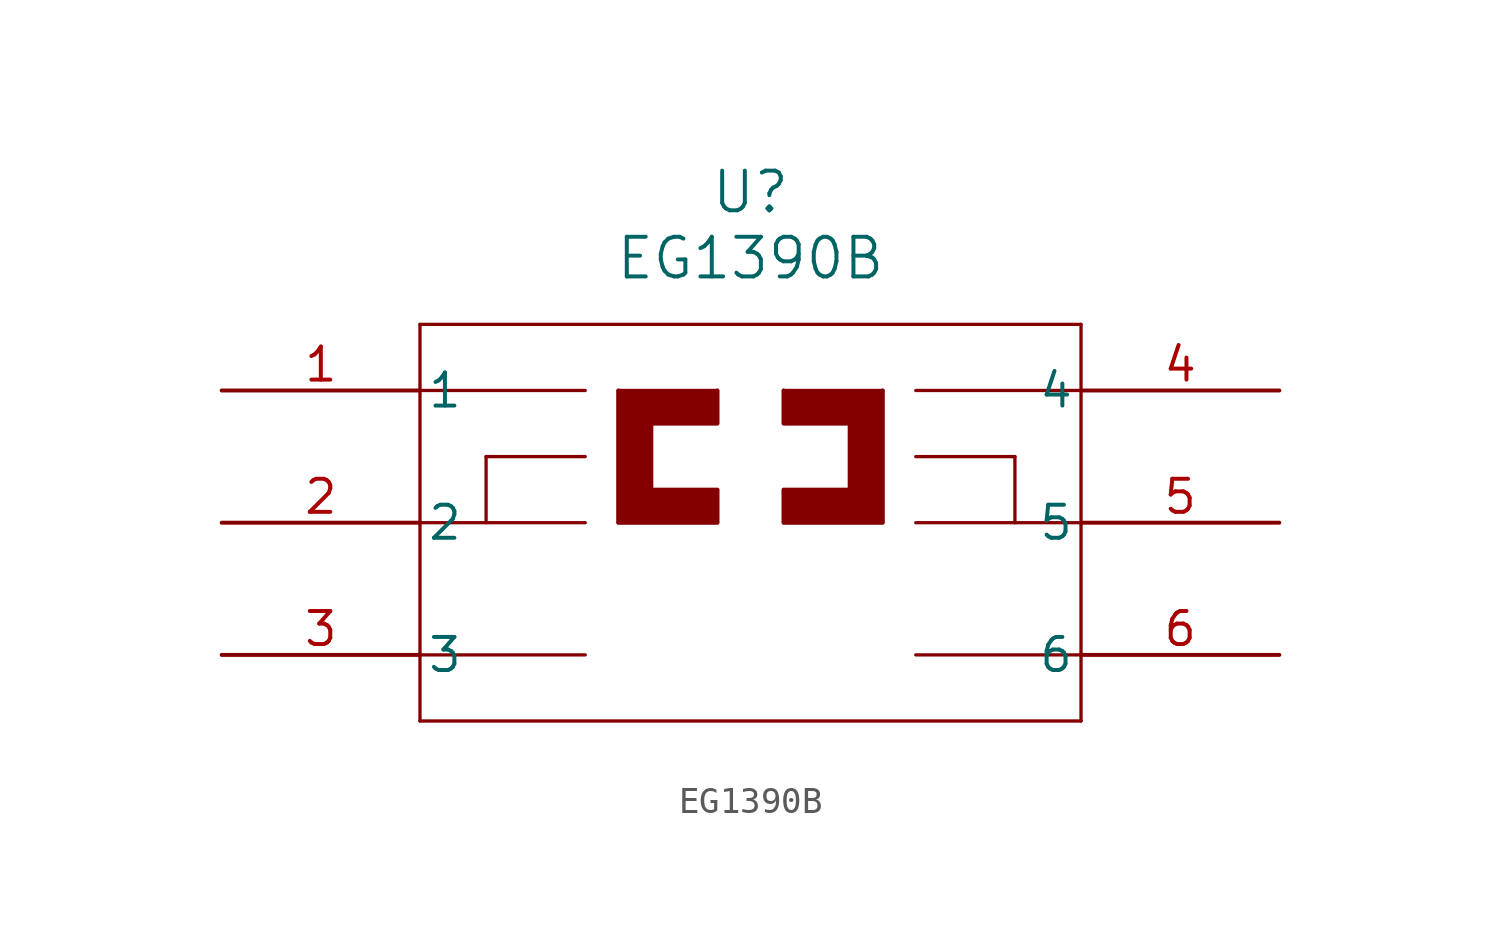
<source format=kicad_sym>
(kicad_symbol_lib
  (version 20211014)
  (generator kicad_symbol_editor)
  (symbol "EG1390B"
    (pin_names
      (offset 0.254))
    (property "Reference" "U"
      (at 20.32 7.62 0)
      (effects (font (size 1.524 1.524))))
    (property "Value" "EG1390B"
      (at 20.32 5.08 0)
      (effects (font (size 1.524 1.524))))
    (symbol "EG1390B_0_1"
      (polyline (pts (xy 7.62 2.54) (xy 7.62 -12.7)) (stroke (width 0.127) (type default) (color 0 0 0 0)) (fill (type none)))
      (polyline (pts (xy 7.62 -12.7) (xy 33.02 -12.7)) (stroke (width 0.127) (type default) (color 0 0 0 0)) (fill (type none)))
      (polyline (pts (xy 33.02 -12.7) (xy 33.02 2.54)) (stroke (width 0.127) (type default) (color 0 0 0 0)) (fill (type none)))
      (polyline (pts (xy 33.02 2.54) (xy 7.62 2.54)) (stroke (width 0.127) (type default) (color 0 0 0 0)) (fill (type none)))
      (polyline (pts (xy 7.62 -10.16) (xy 13.97 -10.16)) (stroke (width 0.127) (type default) (color 0 0 0 0)) (fill (type none)))
      (polyline (pts (xy 33.02 -10.16) (xy 26.67 -10.16)) (stroke (width 0.127) (type default) (color 0 0 0 0)) (fill (type none)))
      (polyline (pts (xy 7.62 -5.08) (xy 13.97 -5.08)) (stroke (width 0.127) (type default) (color 0 0 0 0)) (fill (type none)))
      (polyline (pts (xy 7.62 0) (xy 13.97 0)) (stroke (width 0.127) (type default) (color 0 0 0 0)) (fill (type none)))
      (polyline (pts (xy 26.67 0) (xy 33.02 0)) (stroke (width 0.127) (type default) (color 0 0 0 0)) (fill (type none)))
      (polyline (pts (xy 26.67 -5.08) (xy 33.02 -5.08)) (stroke (width 0.127) (type default) (color 0 0 0 0)) (fill (type none)))
      (polyline (pts (xy 19.05 0) (xy 15.24 0)) (stroke (width 0.127) (type default) (color 0 0 0 0)) (fill (type none)))
      (polyline (pts (xy 15.24 0) (xy 15.24 -5.08)) (stroke (width 0.127) (type default) (color 0 0 0 0)) (fill (type none)))
      (polyline (pts (xy 15.24 -5.08) (xy 19.05 -5.08)) (stroke (width 0.127) (type default) (color 0 0 0 0)) (fill (type none)))
      (polyline (pts (xy 21.59 0) (xy 25.4 0)) (stroke (width 0.127) (type default) (color 0 0 0 0)) (fill (type none)))
      (polyline (pts (xy 25.4 0) (xy 25.4 -5.08)) (stroke (width 0.127) (type default) (color 0 0 0 0)) (fill (type none)))
      (polyline (pts (xy 21.59 -5.08) (xy 25.4 -5.08)) (stroke (width 0.127) (type default) (color 0 0 0 0)) (fill (type none)))
      (polyline (pts (xy 21.59 -3.81) (xy 21.59 -5.08)) (stroke (width 0.127) (type default) (color 0 0 0 0)) (fill (type none)))
      (polyline (pts (xy 21.59 -3.81) (xy 24.13 -3.81)) (stroke (width 0.127) (type default) (color 0 0 0 0)) (fill (type none)))
      (polyline (pts (xy 24.13 -3.81) (xy 24.13 -1.27)) (stroke (width 0.127) (type default) (color 0 0 0 0)) (fill (type none)))
      (polyline (pts (xy 21.59 -1.27) (xy 24.13 -1.27)) (stroke (width 0.127) (type default) (color 0 0 0 0)) (fill (type none)))
      (polyline (pts (xy 21.59 -1.27) (xy 21.59 0)) (stroke (width 0.127) (type default) (color 0 0 0 0)) (fill (type none)))
      (polyline (pts (xy 19.05 0) (xy 19.05 -1.27)) (stroke (width 0.127) (type default) (color 0 0 0 0)) (fill (type none)))
      (polyline (pts (xy 19.05 -1.27) (xy 16.51 -1.27)) (stroke (width 0.127) (type default) (color 0 0 0 0)) (fill (type none)))
      (polyline (pts (xy 16.51 -1.27) (xy 16.51 -3.81)) (stroke (width 0.127) (type default) (color 0 0 0 0)) (fill (type none)))
      (polyline (pts (xy 16.51 -3.81) (xy 19.05 -3.81)) (stroke (width 0.127) (type default) (color 0 0 0 0)) (fill (type none)))
      (polyline (pts (xy 19.05 -3.81) (xy 19.05 -5.08)) (stroke (width 0.127) (type default) (color 0 0 0 0)) (fill (type none)))
      (polyline (pts (xy 10.16 -5.08) (xy 10.16 -2.54)) (stroke (width 0.127) (type default) (color 0 0 0 0)) (fill (type none)))
      (polyline (pts (xy 10.16 -2.54) (xy 13.97 -2.54)) (stroke (width 0.127) (type default) (color 0 0 0 0)) (fill (type none)))
      (polyline (pts (xy 26.67 -2.54) (xy 30.48 -2.54)) (stroke (width 0.127) (type default) (color 0 0 0 0)) (fill (type none)))
      (polyline (pts (xy 30.48 -2.54) (xy 30.48 -5.08)) (stroke (width 0.127) (type default) (color 0 0 0 0)) (fill (type none)))
      (polyline (pts (xy 15.24 0) (xy 15.24 -5.08) (xy 19.05 -5.08) (xy 19.05 -3.81) (xy 16.51 -3.81) (xy 16.51 -1.27) (xy 19.05 -1.27) (xy 19.05 0)) (stroke (width 0) (type default) (color 0 0 0 0)) (fill (type outline)))
      (polyline (pts (xy 21.59 0) (xy 21.59 -1.27) (xy 24.13 -1.27) (xy 24.13 -3.81) (xy 21.59 -3.81) (xy 21.59 -5.08) (xy 25.4 -5.08) (xy 25.4 0)) (stroke (width 0) (type default) (color 0 0 0 0)) (fill (type outline)))
      (pin unspecified line (at 0 0 0) (length 7.62) (name "1" (effects (font (size 1.27 1.27)))) (number "1" (effects (font (size 1.27 1.27)))))
      (pin unspecified line (at 0 -5.08 0) (length 7.62) (name "2" (effects (font (size 1.27 1.27)))) (number "2" (effects (font (size 1.27 1.27)))))
      (pin unspecified line (at 0 -10.16 0) (length 7.62) (name "3" (effects (font (size 1.27 1.27)))) (number "3" (effects (font (size 1.27 1.27)))))
      (pin unspecified line (at 40.64 0 180) (length 7.62) (name "4" (effects (font (size 1.27 1.27)))) (number "4" (effects (font (size 1.27 1.27)))))
      (pin unspecified line (at 40.64 -5.08 180) (length 7.62) (name "5" (effects (font (size 1.27 1.27)))) (number "5" (effects (font (size 1.27 1.27)))))
      (pin unspecified line (at 40.64 -10.16 180) (length 7.62) (name "6" (effects (font (size 1.27 1.27)))) (number "6" (effects (font (size 1.27 1.27))))))))
</source>
